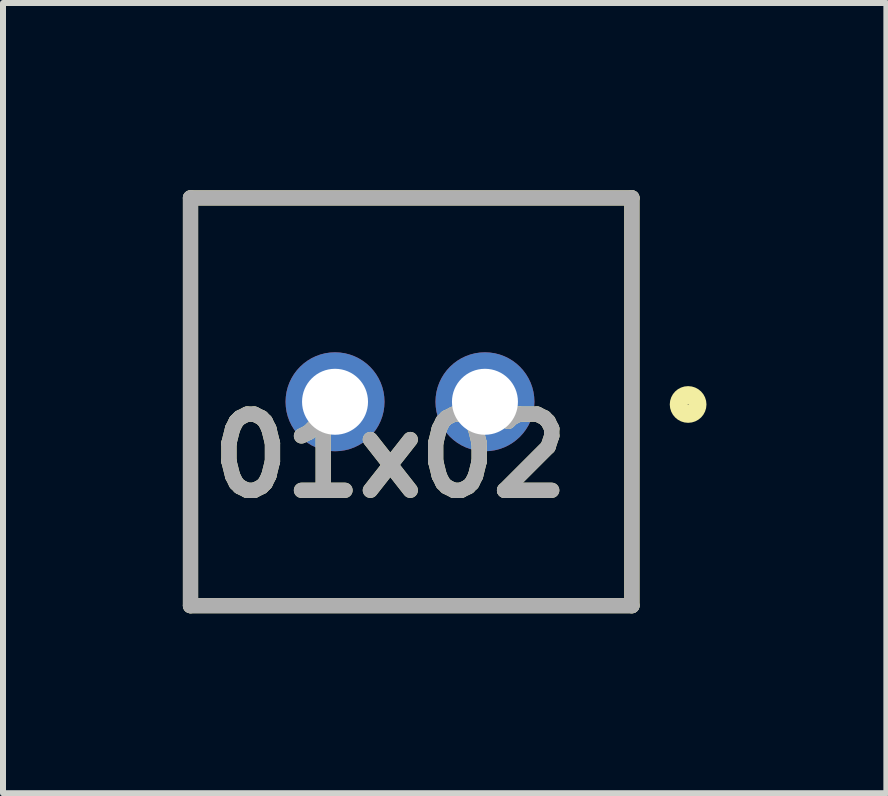
<source format=kicad_pcb>
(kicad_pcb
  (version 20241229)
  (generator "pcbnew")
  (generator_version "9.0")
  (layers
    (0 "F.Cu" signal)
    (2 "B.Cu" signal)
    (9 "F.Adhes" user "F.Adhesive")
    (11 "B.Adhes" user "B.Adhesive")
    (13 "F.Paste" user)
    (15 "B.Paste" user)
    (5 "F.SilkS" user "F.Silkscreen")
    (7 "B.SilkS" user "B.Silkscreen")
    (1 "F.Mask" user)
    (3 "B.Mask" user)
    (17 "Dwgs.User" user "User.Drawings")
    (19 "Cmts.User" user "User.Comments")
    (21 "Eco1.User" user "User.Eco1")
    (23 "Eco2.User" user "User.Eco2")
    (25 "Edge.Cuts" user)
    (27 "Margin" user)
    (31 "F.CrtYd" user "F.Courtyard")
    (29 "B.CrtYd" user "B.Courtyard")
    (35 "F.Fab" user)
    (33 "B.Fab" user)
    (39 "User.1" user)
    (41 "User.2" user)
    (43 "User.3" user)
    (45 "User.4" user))
  (footprint "01x02"
    (layer "F.Cu")
    (at 3.807 0.25)
    (property "Reference" "01x02" (at -0.348 4.302 0) (layer "F.SilkS") (effects (font (size 1.27 1.27) (thickness 0.254))))
    (attr through_hole)
    (fp_line (start -3.68 0) (end -3.68 6.8) (stroke (width 0.254) (type solid)) (layer "F.SilkS"))
    (fp_line (start -3.68 6.8) (end 3.68 6.8) (stroke (width 0.254) (type solid)) (layer "F.SilkS"))
    (fp_line (start 3.68 0) (end -3.68 0) (stroke (width 0.254) (type solid)) (layer "F.SilkS"))
    (fp_line (start 3.68 6.8) (end 3.68 0) (stroke (width 0.254) (type solid)) (layer "F.SilkS"))
    (fp_circle (center 4.618 3.445) (end 4.618 3.601) (stroke (width 0.3) (type solid)) (fill no) (layer "F.SilkS"))
    (fp_line (start -3.68 0) (end 3.68 0) (stroke (width 0.254) (type solid)) (layer "F.Fab"))
    (fp_line (start -3.68 6.8) (end -3.68 0) (stroke (width 0.254) (type solid)) (layer "F.Fab"))
    (fp_line (start 3.68 0) (end 3.68 6.8) (stroke (width 0.254) (type solid)) (layer "F.Fab"))
    (fp_line (start 3.68 6.8) (end -3.68 6.8) (stroke (width 0.254) (type solid)) (layer "F.Fab"))
    (fp_text user "${REFERENCE}" (at -0.348 4.302 0) (layer "F.Fab") (effects (font (size 1.27 1.27) (thickness 0.254))))
    (pad "" np_thru_hole circle (at 2.83 5.6) (size 0.001 0.001) (drill 1.25) (layers "*.Cu" "*.Mask"))
    (pad "1" thru_hole circle (at 1.23 3.4) (size 1.65 1.65) (drill 1.1) (layers "*.Cu" "*.Mask"))
    (pad "2" thru_hole circle (at -1.27 3.4) (size 1.65 1.65) (drill 1.1) (layers "*.Cu" "*.Mask")))
  (gr_rect
    (start -3 -3)
    (end 11.731 10.177)
    (stroke (width 0.1) (type default))
    (fill no)
    (layer "Edge.Cuts")))
</source>
